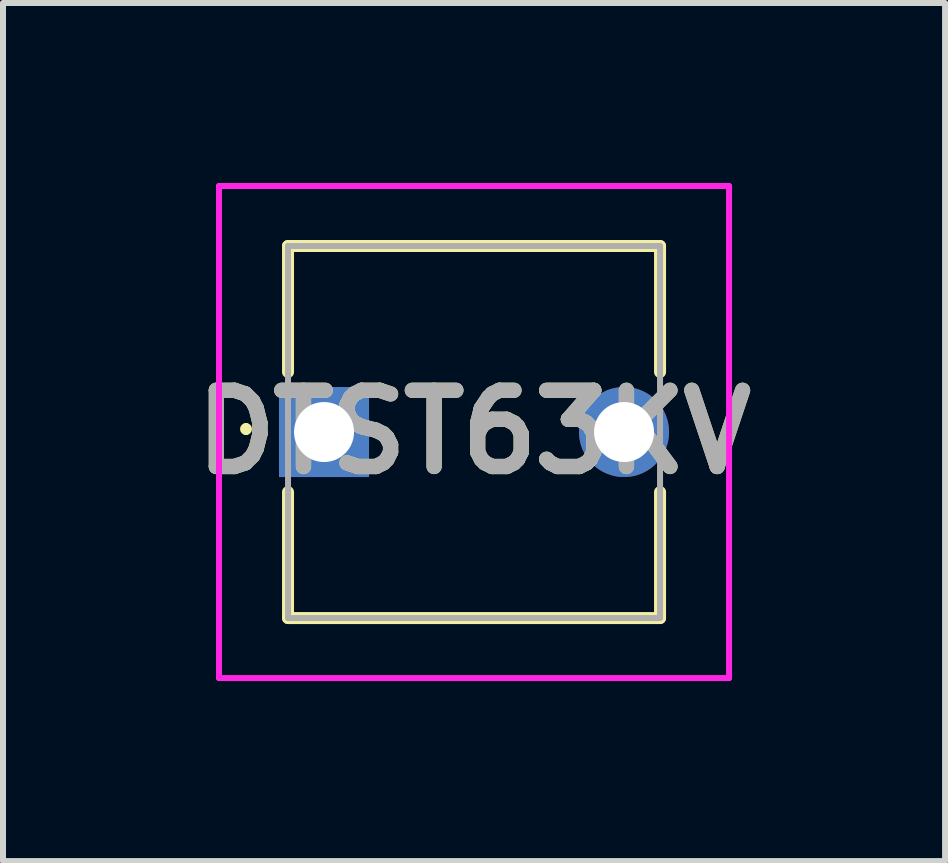
<source format=kicad_pcb>
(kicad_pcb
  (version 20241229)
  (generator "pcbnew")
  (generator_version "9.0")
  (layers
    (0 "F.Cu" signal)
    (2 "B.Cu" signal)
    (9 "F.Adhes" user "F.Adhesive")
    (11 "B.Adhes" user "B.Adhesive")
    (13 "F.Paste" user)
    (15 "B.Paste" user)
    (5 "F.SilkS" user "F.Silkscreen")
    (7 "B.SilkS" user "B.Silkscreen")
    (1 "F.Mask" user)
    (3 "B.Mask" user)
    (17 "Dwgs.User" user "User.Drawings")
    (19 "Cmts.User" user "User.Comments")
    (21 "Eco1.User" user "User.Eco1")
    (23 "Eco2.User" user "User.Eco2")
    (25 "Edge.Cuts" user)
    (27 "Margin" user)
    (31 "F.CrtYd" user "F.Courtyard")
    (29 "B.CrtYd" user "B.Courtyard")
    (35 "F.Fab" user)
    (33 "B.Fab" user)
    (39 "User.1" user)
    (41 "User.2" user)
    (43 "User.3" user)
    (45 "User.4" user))
  (footprint "DTST63KV"
    (layer "F.Cu")
    (at 2.35 4.15)
    (property "Reference" "DTST63KV" (at 2.5 0 0) (layer "F.SilkS") (effects (font (size 1.27 1.27) (thickness 0.254))))
    (attr through_hole)
    (fp_line (start -1.3 -0.1) (end -1.3 -0.1) (stroke (width 0.1) (type solid)) (layer "F.SilkS"))
    (fp_line (start -1.3 0) (end -1.3 0) (stroke (width 0.1) (type solid)) (layer "F.SilkS"))
    (fp_line (start -0.6 -3.1) (end -0.6 -1) (stroke (width 0.2) (type solid)) (layer "F.SilkS"))
    (fp_line (start -0.6 1) (end -0.6 3.1) (stroke (width 0.2) (type solid)) (layer "F.SilkS"))
    (fp_line (start -0.6 3.1) (end 5.6 3.1) (stroke (width 0.2) (type solid)) (layer "F.SilkS"))
    (fp_line (start 5.6 -3.1) (end -0.6 -3.1) (stroke (width 0.2) (type solid)) (layer "F.SilkS"))
    (fp_line (start 5.6 -1) (end 5.6 -3.1) (stroke (width 0.2) (type solid)) (layer "F.SilkS"))
    (fp_line (start 5.6 3.1) (end 5.6 1) (stroke (width 0.2) (type solid)) (layer "F.SilkS"))
    (fp_arc (start -1.3 -0.1) (mid -1.25 -0.05) (end -1.3 0) (stroke (width 0.1) (type solid)) (layer "F.SilkS"))
    (fp_arc (start -1.3 0) (mid -1.35 -0.05) (end -1.3 -0.1) (stroke (width 0.1) (type solid)) (layer "F.SilkS"))
    (fp_line (start -1.75 -4.1) (end 6.75 -4.1) (stroke (width 0.1) (type solid)) (layer "F.CrtYd"))
    (fp_line (start -1.75 4.1) (end -1.75 -4.1) (stroke (width 0.1) (type solid)) (layer "F.CrtYd"))
    (fp_line (start 6.75 -4.1) (end 6.75 4.1) (stroke (width 0.1) (type solid)) (layer "F.CrtYd"))
    (fp_line (start 6.75 4.1) (end -1.75 4.1) (stroke (width 0.1) (type solid)) (layer "F.CrtYd"))
    (fp_line (start -0.6 -3.1) (end 5.6 -3.1) (stroke (width 0.1) (type solid)) (layer "F.Fab"))
    (fp_line (start -0.6 3.1) (end -0.6 -3.1) (stroke (width 0.1) (type solid)) (layer "F.Fab"))
    (fp_line (start 5.6 -3.1) (end 5.6 3.1) (stroke (width 0.1) (type solid)) (layer "F.Fab"))
    (fp_line (start 5.6 3.1) (end -0.6 3.1) (stroke (width 0.1) (type solid)) (layer "F.Fab"))
    (fp_text user "${REFERENCE}" (at 2.5 0 0) (layer "F.Fab") (effects (font (size 1.27 1.27) (thickness 0.254))))
    (pad "1" thru_hole rect (at 0 0) (size 1.5 1.5) (drill 1) (layers "*.Cu" "*.Mask"))
    (pad "2" thru_hole circle (at 5 0) (size 1.5 1.5) (drill 1) (layers "*.Cu" "*.Mask")))
  (gr_rect
    (start -3 -3)
    (end 12.7 11.3)
    (stroke (width 0.1) (type default))
    (fill no)
    (layer "Edge.Cuts")))
</source>
